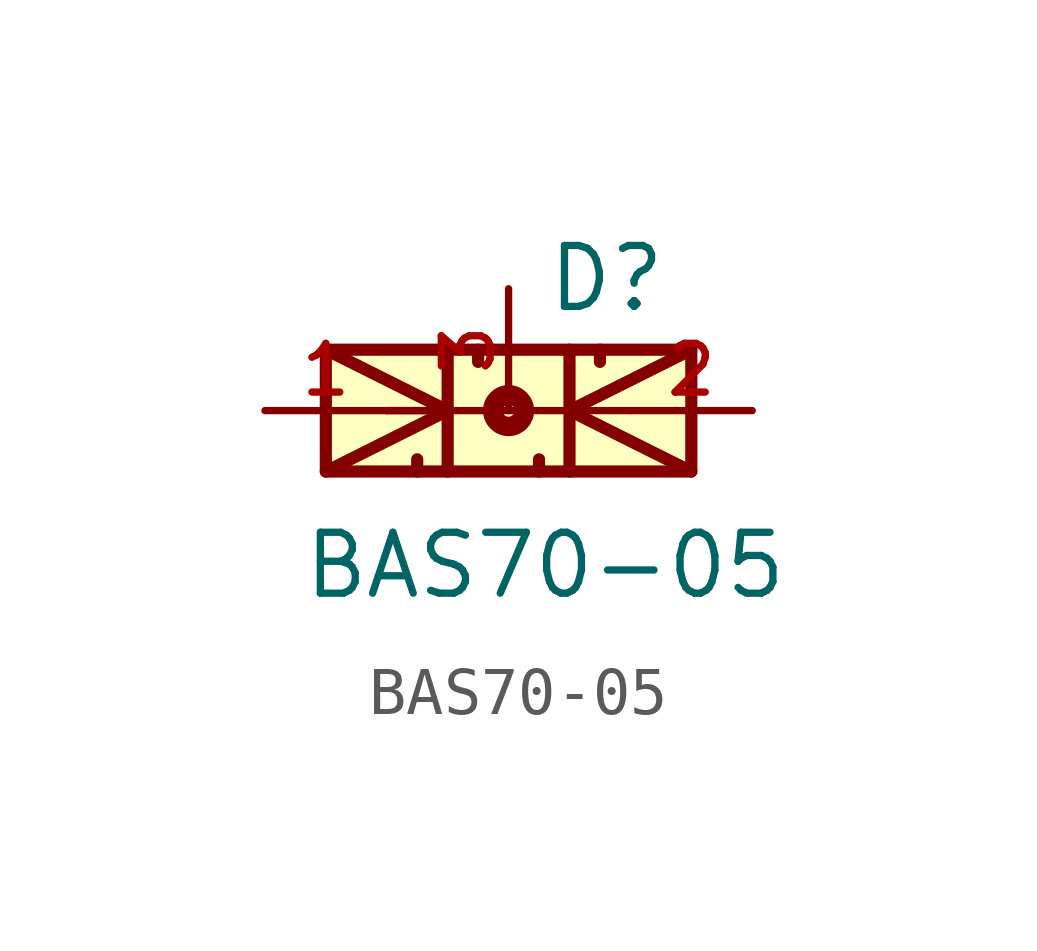
<source format=kicad_sym>
(kicad_symbol_lib
  (version 20211014)
  (generator kicad_symbol_editor)
  (symbol "BAS70-05"
    (pin_names
      (offset 1.016))
    (property "Reference" "D"
      (at 0.763 2.009 0)
      (effects (font (size 1.27 1.27)) (justify bottom left)))
    (property "Value" "BAS70-05"
      (at -4.326 -3.97 0)
      (effects (font (size 1.27 1.27)) (justify bottom left)))
    (symbol "BAS70-05_0_0"
      (polyline (pts (xy -3.81 -1.27) (xy -1.27 0.0)) (stroke (width 0.254)))
      (polyline (pts (xy -1.27 0.0) (xy -3.81 1.27)) (stroke (width 0.254)))
      (polyline (pts (xy -2.54 0.0) (xy -1.27 0.0)) (stroke (width 0.152)))
      (polyline (pts (xy 3.81 -1.27) (xy 1.27 0.0)) (stroke (width 0.254)))
      (polyline (pts (xy 1.27 0.0) (xy 3.81 1.27)) (stroke (width 0.254)))
      (polyline (pts (xy -0.635 1.016) (xy -0.635 1.27)) (stroke (width 0.254)))
      (polyline (pts (xy -1.27 1.27) (xy -1.27 0.0)) (stroke (width 0.254)))
      (polyline (pts (xy -1.905 -1.016) (xy -1.905 -1.27)) (stroke (width 0.254)))
      (polyline (pts (xy -1.27 0.0) (xy -1.27 -1.27)) (stroke (width 0.254)))
      (polyline (pts (xy 1.905 1.016) (xy 1.905 1.27)) (stroke (width 0.254)))
      (polyline (pts (xy 1.27 1.27) (xy 1.27 0.0)) (stroke (width 0.254)))
      (polyline (pts (xy 0.635 -1.016) (xy 0.635 -1.27)) (stroke (width 0.254)))
      (polyline (pts (xy 1.27 0.0) (xy 1.27 -1.27)) (stroke (width 0.254)))
      (polyline (pts (xy -2.54 0.0) (xy 2.54 0.0)) (stroke (width 0.152)))
      (circle (center 0.0 0.0) (radius 0.127) (stroke (width 0.406)) (fill (type none)))
      (rectangle (start -3.81 -1.27) (end 3.81 1.27) (stroke (width 0.254)) (fill (type background)))
      (pin passive line (at -5.08 0.0 0) (length 2.54) (name "~" (effects (font (size 1.016 1.016)))) (number "1" (effects (font (size 1.016 1.016)))))
      (pin passive line (at 0.0 2.54 270.0) (length 2.54) (name "~" (effects (font (size 1.016 1.016)))) (number "3" (effects (font (size 1.016 1.016)))))
      (pin passive line (at 5.08 0.0 180.0) (length 2.54) (name "~" (effects (font (size 1.016 1.016)))) (number "2" (effects (font (size 1.016 1.016))))))))
</source>
